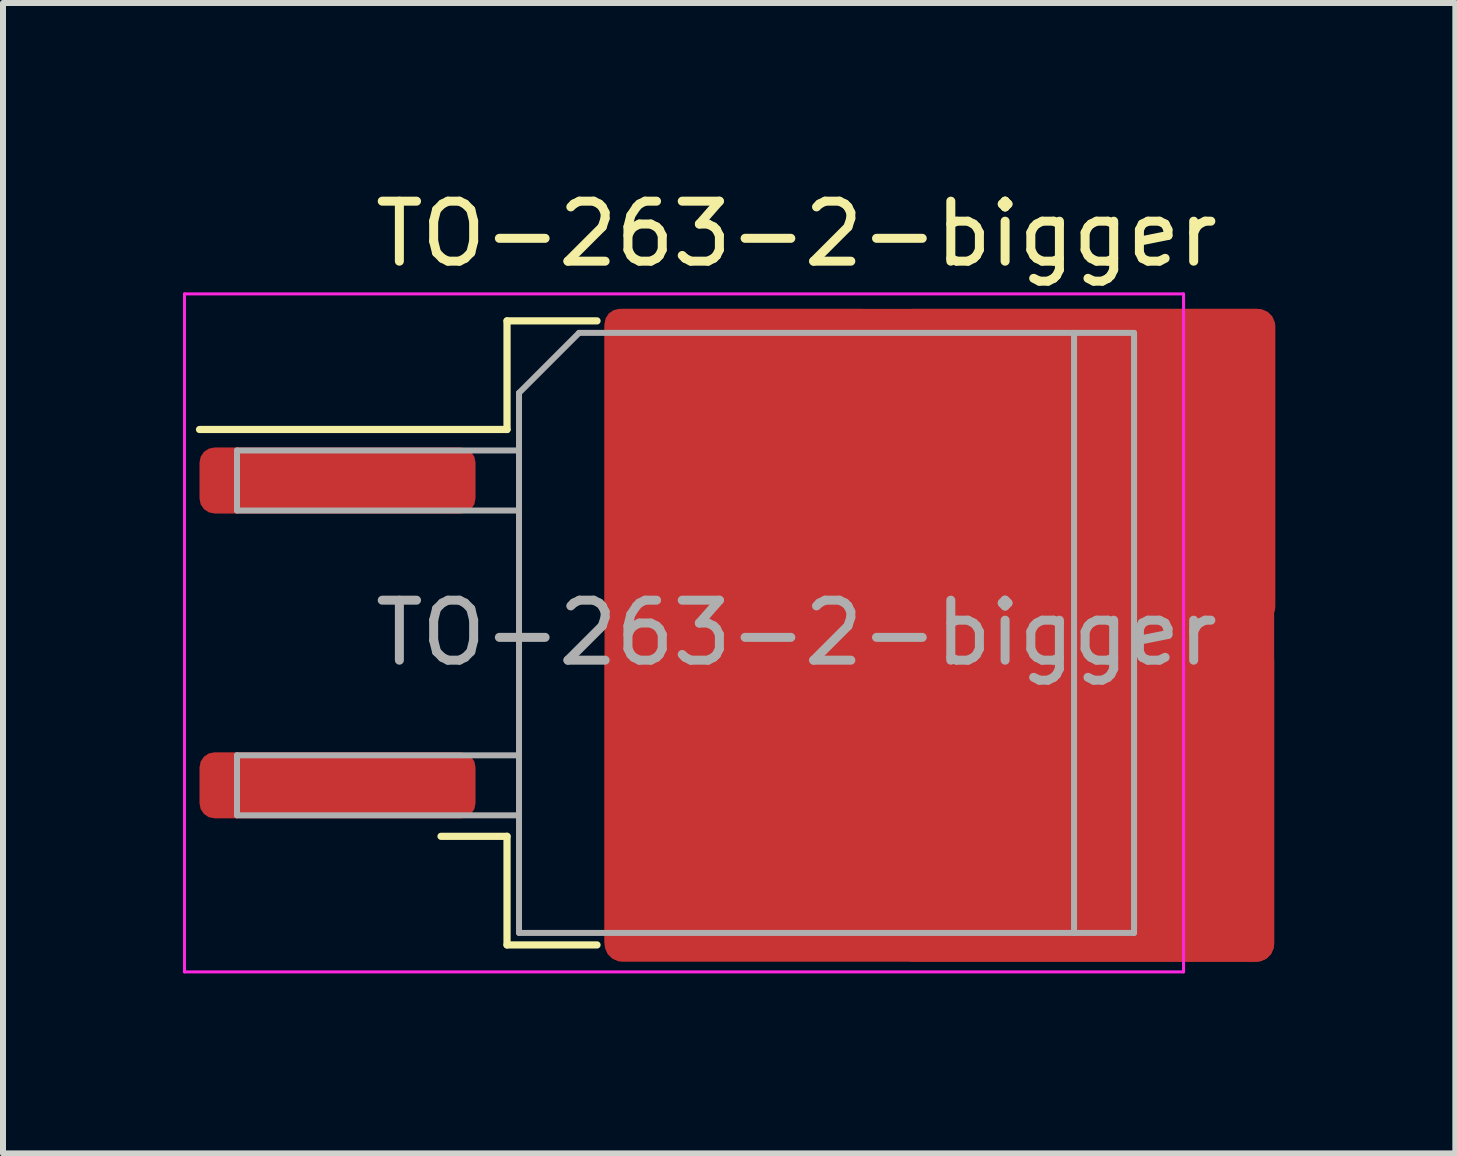
<source format=kicad_pcb>
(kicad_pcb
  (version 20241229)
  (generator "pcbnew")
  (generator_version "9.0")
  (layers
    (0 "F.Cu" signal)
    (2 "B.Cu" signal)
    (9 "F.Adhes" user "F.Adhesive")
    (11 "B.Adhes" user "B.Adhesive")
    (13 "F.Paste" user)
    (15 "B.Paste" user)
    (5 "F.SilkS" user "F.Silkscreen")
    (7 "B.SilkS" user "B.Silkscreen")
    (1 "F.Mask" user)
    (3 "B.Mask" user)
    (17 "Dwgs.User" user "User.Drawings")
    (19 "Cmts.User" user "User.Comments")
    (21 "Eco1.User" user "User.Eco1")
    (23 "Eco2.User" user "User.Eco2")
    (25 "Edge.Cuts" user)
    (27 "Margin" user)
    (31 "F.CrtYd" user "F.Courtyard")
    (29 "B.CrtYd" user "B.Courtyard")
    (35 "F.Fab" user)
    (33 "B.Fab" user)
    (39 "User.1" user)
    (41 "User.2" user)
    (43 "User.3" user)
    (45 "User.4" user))
  (footprint "TO-263-2-bigger"
    (layer "F.Cu")
    (at 10.225 7.498)
    (property "Reference" "TO-263-2-bigger" (at 0 -6.65 180) (layer "F.SilkS") (effects (font (size 1 1) (thickness 0.15))))
    (attr smd)
    (fp_line (start -4.825 -5.2) (end -4.825 -3.39) (stroke (width 0.12) (type solid)) (layer "F.SilkS"))
    (fp_line (start -4.825 -3.39) (end -9.95 -3.39) (stroke (width 0.12) (type solid)) (layer "F.SilkS"))
    (fp_line (start -4.825 3.39) (end -5.925 3.39) (stroke (width 0.12) (type solid)) (layer "F.SilkS"))
    (fp_line (start -4.825 5.2) (end -4.825 3.39) (stroke (width 0.12) (type solid)) (layer "F.SilkS"))
    (fp_line (start -3.325 -5.2) (end -4.825 -5.2) (stroke (width 0.12) (type solid)) (layer "F.SilkS"))
    (fp_line (start -3.325 5.2) (end -4.825 5.2) (stroke (width 0.12) (type solid)) (layer "F.SilkS"))
    (fp_line (start -10.2 -5.65) (end -10.2 5.65) (stroke (width 0.05) (type solid)) (layer "F.CrtYd"))
    (fp_line (start -10.2 5.65) (end 6.45 5.65) (stroke (width 0.05) (type solid)) (layer "F.CrtYd"))
    (fp_line (start 6.45 -5.65) (end -10.2 -5.65) (stroke (width 0.05) (type solid)) (layer "F.CrtYd"))
    (fp_line (start 6.45 5.65) (end 6.45 -5.65) (stroke (width 0.05) (type solid)) (layer "F.CrtYd"))
    (fp_line (start -9.325 -3.04) (end -9.325 -2.04) (stroke (width 0.1) (type solid)) (layer "F.Fab"))
    (fp_line (start -9.325 -2.04) (end -4.625 -2.04) (stroke (width 0.1) (type solid)) (layer "F.Fab"))
    (fp_line (start -9.325 2.04) (end -9.325 3.04) (stroke (width 0.1) (type solid)) (layer "F.Fab"))
    (fp_line (start -9.325 3.04) (end -4.625 3.04) (stroke (width 0.1) (type solid)) (layer "F.Fab"))
    (fp_line (start -4.625 -4) (end -3.625 -5) (stroke (width 0.1) (type solid)) (layer "F.Fab"))
    (fp_line (start -4.625 -3.04) (end -9.325 -3.04) (stroke (width 0.1) (type solid)) (layer "F.Fab"))
    (fp_line (start -4.625 2.04) (end -9.325 2.04) (stroke (width 0.1) (type solid)) (layer "F.Fab"))
    (fp_line (start -4.625 5) (end -4.625 -4) (stroke (width 0.1) (type solid)) (layer "F.Fab"))
    (fp_line (start -3.625 -5) (end 4.625 -5) (stroke (width 0.1) (type solid)) (layer "F.Fab"))
    (fp_line (start 4.625 -5) (end 4.625 5) (stroke (width 0.1) (type solid)) (layer "F.Fab"))
    (fp_line (start 4.625 -5) (end 5.625 -5) (stroke (width 0.1) (type solid)) (layer "F.Fab"))
    (fp_line (start 4.625 5) (end -4.625 5) (stroke (width 0.1) (type solid)) (layer "F.Fab"))
    (fp_line (start 5.625 -5) (end 5.625 5) (stroke (width 0.1) (type solid)) (layer "F.Fab"))
    (fp_line (start 5.625 5) (end 4.625 5) (stroke (width 0.1) (type solid)) (layer "F.Fab"))
    (fp_text user "${REFERENCE}" (at 0 0 180) (layer "F.Fab") (effects (font (size 1 1) (thickness 0.15))))
    (pad "1" smd roundrect (at -7.65 -2.54) (size 4.6 1.1) (layers "F.Cu" "F.Mask" "F.Paste") (roundrect_rratio 0.227))
    (pad "2" smd roundrect (at -0.925 -2.775) (size 4.55 5.25) (layers "F.Cu" "F.Paste") (roundrect_rratio 0.055))
    (pad "2" smd roundrect (at -0.925 2.775) (size 4.55 5.25) (layers "F.Cu" "F.Paste") (roundrect_rratio 0.055))
    (pad "2" smd roundrect (at 2.38 0.04) (size 11.16 10.88) (layers "F.Cu" "F.Mask") (roundrect_rratio 0.027))
    (pad "2" smd roundrect (at 4.805 2.815) (size 6.31 5.33) (layers "F.Cu" "F.Paste") (roundrect_rratio 0.055))
    (pad "2" smd roundrect (at 4.815 -2.775) (size 6.33 5.25) (layers "F.Cu" "F.Paste") (roundrect_rratio 0.055))
    (pad "3" smd roundrect (at -7.65 2.54) (size 4.6 1.1) (layers "F.Cu" "F.Mask" "F.Paste") (roundrect_rratio 0.227)))
  (gr_rect
    (start -3 -3)
    (end 21.205 16.173)
    (stroke (width 0.1) (type default))
    (fill no)
    (layer "Edge.Cuts")))
</source>
